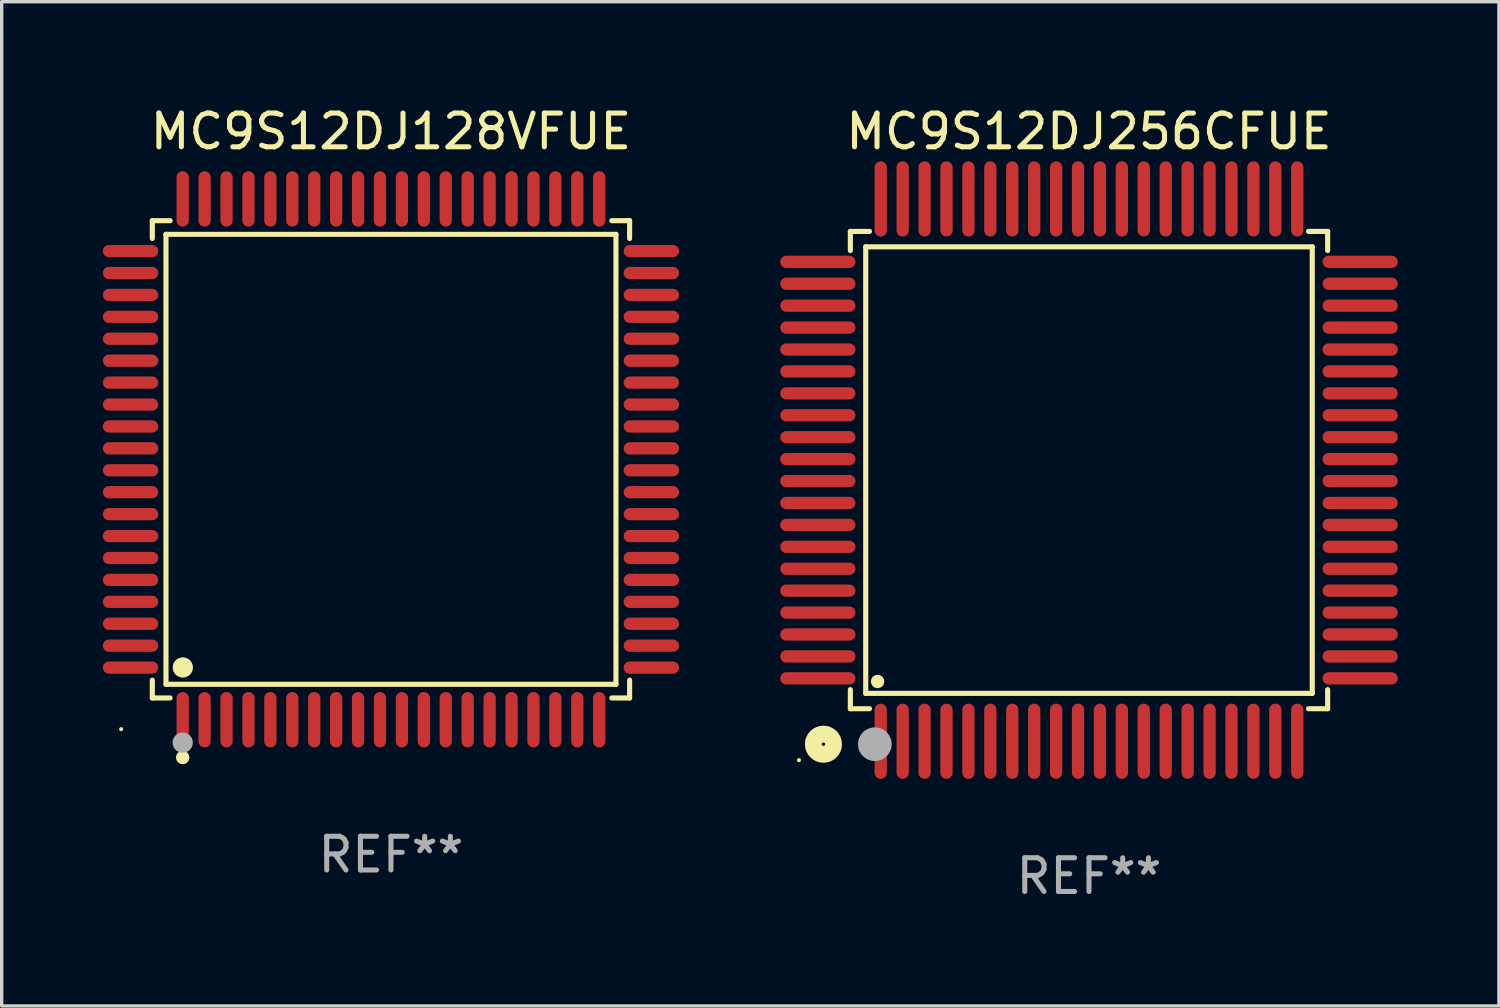
<source format=kicad_pcb>
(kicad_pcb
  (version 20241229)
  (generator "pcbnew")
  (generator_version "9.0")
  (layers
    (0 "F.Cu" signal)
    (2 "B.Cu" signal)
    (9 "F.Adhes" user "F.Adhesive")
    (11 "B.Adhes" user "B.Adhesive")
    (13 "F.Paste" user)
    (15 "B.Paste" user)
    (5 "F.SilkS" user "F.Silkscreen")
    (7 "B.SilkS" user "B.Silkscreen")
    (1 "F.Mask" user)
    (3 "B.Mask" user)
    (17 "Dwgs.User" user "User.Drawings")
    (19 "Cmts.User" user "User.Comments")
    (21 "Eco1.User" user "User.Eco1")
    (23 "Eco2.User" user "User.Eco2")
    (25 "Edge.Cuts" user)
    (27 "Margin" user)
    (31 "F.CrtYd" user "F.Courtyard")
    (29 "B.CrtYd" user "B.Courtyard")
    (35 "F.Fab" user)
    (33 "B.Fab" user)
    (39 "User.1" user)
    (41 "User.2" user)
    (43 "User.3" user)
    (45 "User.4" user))
  (footprint "MC9S12DJ256CFUE"
    (layer "F.Cu")
    (at 29.239 10.888)
    (property "Reference" "MC9S12DJ256CFUE" (at 0 -10.04 0) (layer "F.SilkS") (effects (font (size 1 1) (thickness 0.15))))
    (attr through_hole)
    (fp_line (start -7.076 -7.076) (end -7.076 -6.509) (stroke (width 0.152) (type solid)) (layer "F.SilkS"))
    (fp_line (start -7.076 7.076) (end -7.076 6.509) (stroke (width 0.152) (type solid)) (layer "F.SilkS"))
    (fp_line (start -6.62 -6.62) (end 6.62 -6.62) (stroke (width 0.152) (type solid)) (layer "F.SilkS"))
    (fp_line (start -6.62 6.62) (end -6.62 -6.62) (stroke (width 0.152) (type solid)) (layer "F.SilkS"))
    (fp_line (start -6.509 -7.076) (end -7.076 -7.076) (stroke (width 0.152) (type solid)) (layer "F.SilkS"))
    (fp_line (start -6.509 7.076) (end -7.076 7.076) (stroke (width 0.152) (type solid)) (layer "F.SilkS"))
    (fp_line (start 6.509 -7.076) (end 7.076 -7.076) (stroke (width 0.152) (type solid)) (layer "F.SilkS"))
    (fp_line (start 6.509 7.076) (end 7.076 7.076) (stroke (width 0.152) (type solid)) (layer "F.SilkS"))
    (fp_line (start 6.62 -6.62) (end 6.62 6.62) (stroke (width 0.152) (type solid)) (layer "F.SilkS"))
    (fp_line (start 6.62 6.62) (end -6.62 6.62) (stroke (width 0.152) (type solid)) (layer "F.SilkS"))
    (fp_line (start 7.076 -7.076) (end 7.076 -6.509) (stroke (width 0.152) (type solid)) (layer "F.SilkS"))
    (fp_line (start 7.076 7.076) (end 7.076 6.509) (stroke (width 0.152) (type solid)) (layer "F.SilkS"))
    (fp_circle (center -8.6 8.6) (end -8.57 8.6) (stroke (width 0.06) (type solid)) (fill no) (layer "F.SilkS"))
    (fp_circle (center -7.874 8.128) (end -7.574 8.128) (stroke (width 0.5) (type solid)) (fill no) (layer "F.SilkS"))
    (fp_circle (center -6.268 6.268) (end -6.168 6.268) (stroke (width 0.2) (type solid)) (fill no) (layer "F.SilkS"))
    (fp_circle (center -6.35 8.128) (end -6.1 8.128) (stroke (width 0.5) (type solid)) (fill no) (layer "F.Fab"))
    (fp_text user "REF**" (at 0 12.04 0) (layer "F.Fab") (effects (font (size 1 1) (thickness 0.15))))
    (pad "1" smd oval (at -6.175 8.04) (size 0.364 2.23) (layers "F.Cu" "F.Mask" "F.Paste"))
    (pad "2" smd oval (at -5.525 8.04) (size 0.364 2.23) (layers "F.Cu" "F.Mask" "F.Paste"))
    (pad "3" smd oval (at -4.875 8.04) (size 0.364 2.23) (layers "F.Cu" "F.Mask" "F.Paste"))
    (pad "4" smd oval (at -4.225 8.04) (size 0.364 2.23) (layers "F.Cu" "F.Mask" "F.Paste"))
    (pad "5" smd oval (at -3.575 8.04) (size 0.364 2.23) (layers "F.Cu" "F.Mask" "F.Paste"))
    (pad "6" smd oval (at -2.925 8.04) (size 0.364 2.23) (layers "F.Cu" "F.Mask" "F.Paste"))
    (pad "7" smd oval (at -2.275 8.04) (size 0.364 2.23) (layers "F.Cu" "F.Mask" "F.Paste"))
    (pad "8" smd oval (at -1.625 8.04) (size 0.364 2.23) (layers "F.Cu" "F.Mask" "F.Paste"))
    (pad "9" smd oval (at -0.975 8.04) (size 0.364 2.23) (layers "F.Cu" "F.Mask" "F.Paste"))
    (pad "10" smd oval (at -0.325 8.04) (size 0.364 2.23) (layers "F.Cu" "F.Mask" "F.Paste"))
    (pad "11" smd oval (at 0.325 8.04) (size 0.364 2.23) (layers "F.Cu" "F.Mask" "F.Paste"))
    (pad "12" smd oval (at 0.975 8.04) (size 0.364 2.23) (layers "F.Cu" "F.Mask" "F.Paste"))
    (pad "13" smd oval (at 1.625 8.04) (size 0.364 2.23) (layers "F.Cu" "F.Mask" "F.Paste"))
    (pad "14" smd oval (at 2.275 8.04) (size 0.364 2.23) (layers "F.Cu" "F.Mask" "F.Paste"))
    (pad "15" smd oval (at 2.925 8.04) (size 0.364 2.23) (layers "F.Cu" "F.Mask" "F.Paste"))
    (pad "16" smd oval (at 3.575 8.04) (size 0.364 2.23) (layers "F.Cu" "F.Mask" "F.Paste"))
    (pad "17" smd oval (at 4.225 8.04) (size 0.364 2.23) (layers "F.Cu" "F.Mask" "F.Paste"))
    (pad "18" smd oval (at 4.875 8.04) (size 0.364 2.23) (layers "F.Cu" "F.Mask" "F.Paste"))
    (pad "19" smd oval (at 5.525 8.04) (size 0.364 2.23) (layers "F.Cu" "F.Mask" "F.Paste"))
    (pad "20" smd oval (at 6.175 8.04) (size 0.364 2.23) (layers "F.Cu" "F.Mask" "F.Paste"))
    (pad "21" smd oval (at 8.04 6.175) (size 2.23 0.364) (layers "F.Cu" "F.Mask" "F.Paste"))
    (pad "22" smd oval (at 8.04 5.525) (size 2.23 0.364) (layers "F.Cu" "F.Mask" "F.Paste"))
    (pad "23" smd oval (at 8.04 4.875) (size 2.23 0.364) (layers "F.Cu" "F.Mask" "F.Paste"))
    (pad "24" smd oval (at 8.04 4.225) (size 2.23 0.364) (layers "F.Cu" "F.Mask" "F.Paste"))
    (pad "25" smd oval (at 8.04 3.575) (size 2.23 0.364) (layers "F.Cu" "F.Mask" "F.Paste"))
    (pad "26" smd oval (at 8.04 2.925) (size 2.23 0.364) (layers "F.Cu" "F.Mask" "F.Paste"))
    (pad "27" smd oval (at 8.04 2.275) (size 2.23 0.364) (layers "F.Cu" "F.Mask" "F.Paste"))
    (pad "28" smd oval (at 8.04 1.625) (size 2.23 0.364) (layers "F.Cu" "F.Mask" "F.Paste"))
    (pad "29" smd oval (at 8.04 0.975) (size 2.23 0.364) (layers "F.Cu" "F.Mask" "F.Paste"))
    (pad "30" smd oval (at 8.04 0.325) (size 2.23 0.364) (layers "F.Cu" "F.Mask" "F.Paste"))
    (pad "31" smd oval (at 8.04 -0.325) (size 2.23 0.364) (layers "F.Cu" "F.Mask" "F.Paste"))
    (pad "32" smd oval (at 8.04 -0.975) (size 2.23 0.364) (layers "F.Cu" "F.Mask" "F.Paste"))
    (pad "33" smd oval (at 8.04 -1.625) (size 2.23 0.364) (layers "F.Cu" "F.Mask" "F.Paste"))
    (pad "34" smd oval (at 8.04 -2.275) (size 2.23 0.364) (layers "F.Cu" "F.Mask" "F.Paste"))
    (pad "35" smd oval (at 8.04 -2.925) (size 2.23 0.364) (layers "F.Cu" "F.Mask" "F.Paste"))
    (pad "36" smd oval (at 8.04 -3.575) (size 2.23 0.364) (layers "F.Cu" "F.Mask" "F.Paste"))
    (pad "37" smd oval (at 8.04 -4.225) (size 2.23 0.364) (layers "F.Cu" "F.Mask" "F.Paste"))
    (pad "38" smd oval (at 8.04 -4.875) (size 2.23 0.364) (layers "F.Cu" "F.Mask" "F.Paste"))
    (pad "39" smd oval (at 8.04 -5.525) (size 2.23 0.364) (layers "F.Cu" "F.Mask" "F.Paste"))
    (pad "40" smd oval (at 8.04 -6.175) (size 2.23 0.364) (layers "F.Cu" "F.Mask" "F.Paste"))
    (pad "41" smd oval (at 6.175 -8.04) (size 0.364 2.23) (layers "F.Cu" "F.Mask" "F.Paste"))
    (pad "42" smd oval (at 5.525 -8.04) (size 0.364 2.23) (layers "F.Cu" "F.Mask" "F.Paste"))
    (pad "43" smd oval (at 4.875 -8.04) (size 0.364 2.23) (layers "F.Cu" "F.Mask" "F.Paste"))
    (pad "44" smd oval (at 4.225 -8.04) (size 0.364 2.23) (layers "F.Cu" "F.Mask" "F.Paste"))
    (pad "45" smd oval (at 3.575 -8.04) (size 0.364 2.23) (layers "F.Cu" "F.Mask" "F.Paste"))
    (pad "46" smd oval (at 2.925 -8.04) (size 0.364 2.23) (layers "F.Cu" "F.Mask" "F.Paste"))
    (pad "47" smd oval (at 2.275 -8.04) (size 0.364 2.23) (layers "F.Cu" "F.Mask" "F.Paste"))
    (pad "48" smd oval (at 1.625 -8.04) (size 0.364 2.23) (layers "F.Cu" "F.Mask" "F.Paste"))
    (pad "49" smd oval (at 0.975 -8.04) (size 0.364 2.23) (layers "F.Cu" "F.Mask" "F.Paste"))
    (pad "50" smd oval (at 0.325 -8.04) (size 0.364 2.23) (layers "F.Cu" "F.Mask" "F.Paste"))
    (pad "51" smd oval (at -0.325 -8.04) (size 0.364 2.23) (layers "F.Cu" "F.Mask" "F.Paste"))
    (pad "52" smd oval (at -0.975 -8.04) (size 0.364 2.23) (layers "F.Cu" "F.Mask" "F.Paste"))
    (pad "53" smd oval (at -1.625 -8.04) (size 0.364 2.23) (layers "F.Cu" "F.Mask" "F.Paste"))
    (pad "54" smd oval (at -2.275 -8.04) (size 0.364 2.23) (layers "F.Cu" "F.Mask" "F.Paste"))
    (pad "55" smd oval (at -2.925 -8.04) (size 0.364 2.23) (layers "F.Cu" "F.Mask" "F.Paste"))
    (pad "56" smd oval (at -3.575 -8.04) (size 0.364 2.23) (layers "F.Cu" "F.Mask" "F.Paste"))
    (pad "57" smd oval (at -4.225 -8.04) (size 0.364 2.23) (layers "F.Cu" "F.Mask" "F.Paste"))
    (pad "58" smd oval (at -4.875 -8.04) (size 0.364 2.23) (layers "F.Cu" "F.Mask" "F.Paste"))
    (pad "59" smd oval (at -5.525 -8.04) (size 0.364 2.23) (layers "F.Cu" "F.Mask" "F.Paste"))
    (pad "60" smd oval (at -6.175 -8.04) (size 0.364 2.23) (layers "F.Cu" "F.Mask" "F.Paste"))
    (pad "61" smd oval (at -8.04 -6.175) (size 2.23 0.364) (layers "F.Cu" "F.Mask" "F.Paste"))
    (pad "62" smd oval (at -8.04 -5.525) (size 2.23 0.364) (layers "F.Cu" "F.Mask" "F.Paste"))
    (pad "63" smd oval (at -8.04 -4.875) (size 2.23 0.364) (layers "F.Cu" "F.Mask" "F.Paste"))
    (pad "64" smd oval (at -8.04 -4.225) (size 2.23 0.364) (layers "F.Cu" "F.Mask" "F.Paste"))
    (pad "65" smd oval (at -8.04 -3.575) (size 2.23 0.364) (layers "F.Cu" "F.Mask" "F.Paste"))
    (pad "66" smd oval (at -8.04 -2.925) (size 2.23 0.364) (layers "F.Cu" "F.Mask" "F.Paste"))
    (pad "67" smd oval (at -8.04 -2.275) (size 2.23 0.364) (layers "F.Cu" "F.Mask" "F.Paste"))
    (pad "68" smd oval (at -8.04 -1.625) (size 2.23 0.364) (layers "F.Cu" "F.Mask" "F.Paste"))
    (pad "69" smd oval (at -8.04 -0.975) (size 2.23 0.364) (layers "F.Cu" "F.Mask" "F.Paste"))
    (pad "70" smd oval (at -8.04 -0.325) (size 2.23 0.364) (layers "F.Cu" "F.Mask" "F.Paste"))
    (pad "71" smd oval (at -8.04 0.325) (size 2.23 0.364) (layers "F.Cu" "F.Mask" "F.Paste"))
    (pad "72" smd oval (at -8.04 0.975) (size 2.23 0.364) (layers "F.Cu" "F.Mask" "F.Paste"))
    (pad "73" smd oval (at -8.04 1.625) (size 2.23 0.364) (layers "F.Cu" "F.Mask" "F.Paste"))
    (pad "74" smd oval (at -8.04 2.275) (size 2.23 0.364) (layers "F.Cu" "F.Mask" "F.Paste"))
    (pad "75" smd oval (at -8.04 2.925) (size 2.23 0.364) (layers "F.Cu" "F.Mask" "F.Paste"))
    (pad "76" smd oval (at -8.04 3.575) (size 2.23 0.364) (layers "F.Cu" "F.Mask" "F.Paste"))
    (pad "77" smd oval (at -8.04 4.225) (size 2.23 0.364) (layers "F.Cu" "F.Mask" "F.Paste"))
    (pad "78" smd oval (at -8.04 4.875) (size 2.23 0.364) (layers "F.Cu" "F.Mask" "F.Paste"))
    (pad "79" smd oval (at -8.04 5.525) (size 2.23 0.364) (layers "F.Cu" "F.Mask" "F.Paste"))
    (pad "80" smd oval (at -8.04 6.175) (size 2.23 0.364) (layers "F.Cu" "F.Mask" "F.Paste")))
  (footprint "MC9S12DJ128VFUE"
    (layer "F.Cu")
    (at 8.542 10.569)
    (property "Reference" "MC9S12DJ128VFUE" (at 0 -9.721 0) (layer "F.SilkS") (effects (font (size 1 1) (thickness 0.15))))
    (attr through_hole)
    (fp_line (start -7.076 -7.076) (end -6.548 -7.076) (stroke (width 0.152) (type solid)) (layer "F.SilkS"))
    (fp_line (start -7.076 -6.548) (end -7.076 -7.076) (stroke (width 0.152) (type solid)) (layer "F.SilkS"))
    (fp_line (start -7.076 6.548) (end -7.076 7.076) (stroke (width 0.152) (type solid)) (layer "F.SilkS"))
    (fp_line (start -7.076 7.076) (end -6.548 7.076) (stroke (width 0.152) (type solid)) (layer "F.SilkS"))
    (fp_line (start -6.671 -6.671) (end 6.671 -6.671) (stroke (width 0.152) (type solid)) (layer "F.SilkS"))
    (fp_line (start -6.671 6.671) (end -6.671 -6.671) (stroke (width 0.152) (type solid)) (layer "F.SilkS"))
    (fp_line (start 6.671 -6.671) (end 6.671 6.671) (stroke (width 0.152) (type solid)) (layer "F.SilkS"))
    (fp_line (start 6.671 6.671) (end -6.671 6.671) (stroke (width 0.152) (type solid)) (layer "F.SilkS"))
    (fp_line (start 7.076 -7.076) (end 6.548 -7.076) (stroke (width 0.152) (type solid)) (layer "F.SilkS"))
    (fp_line (start 7.076 -6.548) (end 7.076 -7.076) (stroke (width 0.152) (type solid)) (layer "F.SilkS"))
    (fp_line (start 7.076 6.548) (end 7.076 7.076) (stroke (width 0.152) (type solid)) (layer "F.SilkS"))
    (fp_line (start 7.076 7.076) (end 6.548 7.076) (stroke (width 0.152) (type solid)) (layer "F.SilkS"))
    (fp_circle (center -8 8) (end -7.97 8) (stroke (width 0.06) (type solid)) (fill no) (layer "F.SilkS"))
    (fp_circle (center -6.175 8.842) (end -6.075 8.842) (stroke (width 0.2) (type solid)) (fill no) (layer "F.SilkS"))
    (fp_circle (center -6.171 6.171) (end -6.021 6.171) (stroke (width 0.3) (type solid)) (fill no) (layer "F.SilkS"))
    (fp_circle (center -6.175 8.4) (end -6.025 8.4) (stroke (width 0.3) (type solid)) (fill no) (layer "F.Fab"))
    (fp_text user "REF**" (at 0 11.721 0) (layer "F.Fab") (effects (font (size 1 1) (thickness 0.15))))
    (pad "1" smd oval (at -6.175 7.721) (size 0.364 1.642) (layers "F.Cu" "F.Mask" "F.Paste"))
    (pad "2" smd oval (at -5.525 7.721) (size 0.364 1.642) (layers "F.Cu" "F.Mask" "F.Paste"))
    (pad "3" smd oval (at -4.875 7.721) (size 0.364 1.642) (layers "F.Cu" "F.Mask" "F.Paste"))
    (pad "4" smd oval (at -4.225 7.721) (size 0.364 1.642) (layers "F.Cu" "F.Mask" "F.Paste"))
    (pad "5" smd oval (at -3.575 7.721) (size 0.364 1.642) (layers "F.Cu" "F.Mask" "F.Paste"))
    (pad "6" smd oval (at -2.925 7.721) (size 0.364 1.642) (layers "F.Cu" "F.Mask" "F.Paste"))
    (pad "7" smd oval (at -2.275 7.721) (size 0.364 1.642) (layers "F.Cu" "F.Mask" "F.Paste"))
    (pad "8" smd oval (at -1.625 7.721) (size 0.364 1.642) (layers "F.Cu" "F.Mask" "F.Paste"))
    (pad "9" smd oval (at -0.975 7.721) (size 0.364 1.642) (layers "F.Cu" "F.Mask" "F.Paste"))
    (pad "10" smd oval (at -0.325 7.721) (size 0.364 1.642) (layers "F.Cu" "F.Mask" "F.Paste"))
    (pad "11" smd oval (at 0.325 7.721) (size 0.364 1.642) (layers "F.Cu" "F.Mask" "F.Paste"))
    (pad "12" smd oval (at 0.975 7.721) (size 0.364 1.642) (layers "F.Cu" "F.Mask" "F.Paste"))
    (pad "13" smd oval (at 1.625 7.721) (size 0.364 1.642) (layers "F.Cu" "F.Mask" "F.Paste"))
    (pad "14" smd oval (at 2.275 7.721) (size 0.364 1.642) (layers "F.Cu" "F.Mask" "F.Paste"))
    (pad "15" smd oval (at 2.925 7.721) (size 0.364 1.642) (layers "F.Cu" "F.Mask" "F.Paste"))
    (pad "16" smd oval (at 3.575 7.721) (size 0.364 1.642) (layers "F.Cu" "F.Mask" "F.Paste"))
    (pad "17" smd oval (at 4.225 7.721) (size 0.364 1.642) (layers "F.Cu" "F.Mask" "F.Paste"))
    (pad "18" smd oval (at 4.875 7.721) (size 0.364 1.642) (layers "F.Cu" "F.Mask" "F.Paste"))
    (pad "19" smd oval (at 5.525 7.721) (size 0.364 1.642) (layers "F.Cu" "F.Mask" "F.Paste"))
    (pad "20" smd oval (at 6.175 7.721) (size 0.364 1.642) (layers "F.Cu" "F.Mask" "F.Paste"))
    (pad "21" smd oval (at 7.721 6.175) (size 1.642 0.364) (layers "F.Cu" "F.Mask" "F.Paste"))
    (pad "22" smd oval (at 7.721 5.525) (size 1.642 0.364) (layers "F.Cu" "F.Mask" "F.Paste"))
    (pad "23" smd oval (at 7.721 4.875) (size 1.642 0.364) (layers "F.Cu" "F.Mask" "F.Paste"))
    (pad "24" smd oval (at 7.721 4.225) (size 1.642 0.364) (layers "F.Cu" "F.Mask" "F.Paste"))
    (pad "25" smd oval (at 7.721 3.575) (size 1.642 0.364) (layers "F.Cu" "F.Mask" "F.Paste"))
    (pad "26" smd oval (at 7.721 2.925) (size 1.642 0.364) (layers "F.Cu" "F.Mask" "F.Paste"))
    (pad "27" smd oval (at 7.721 2.275) (size 1.642 0.364) (layers "F.Cu" "F.Mask" "F.Paste"))
    (pad "28" smd oval (at 7.721 1.625) (size 1.642 0.364) (layers "F.Cu" "F.Mask" "F.Paste"))
    (pad "29" smd oval (at 7.721 0.975) (size 1.642 0.364) (layers "F.Cu" "F.Mask" "F.Paste"))
    (pad "30" smd oval (at 7.721 0.325) (size 1.642 0.364) (layers "F.Cu" "F.Mask" "F.Paste"))
    (pad "31" smd oval (at 7.721 -0.325) (size 1.642 0.364) (layers "F.Cu" "F.Mask" "F.Paste"))
    (pad "32" smd oval (at 7.721 -0.975) (size 1.642 0.364) (layers "F.Cu" "F.Mask" "F.Paste"))
    (pad "33" smd oval (at 7.721 -1.625) (size 1.642 0.364) (layers "F.Cu" "F.Mask" "F.Paste"))
    (pad "34" smd oval (at 7.721 -2.275) (size 1.642 0.364) (layers "F.Cu" "F.Mask" "F.Paste"))
    (pad "35" smd oval (at 7.721 -2.925) (size 1.642 0.364) (layers "F.Cu" "F.Mask" "F.Paste"))
    (pad "36" smd oval (at 7.721 -3.575) (size 1.642 0.364) (layers "F.Cu" "F.Mask" "F.Paste"))
    (pad "37" smd oval (at 7.721 -4.225) (size 1.642 0.364) (layers "F.Cu" "F.Mask" "F.Paste"))
    (pad "38" smd oval (at 7.721 -4.875) (size 1.642 0.364) (layers "F.Cu" "F.Mask" "F.Paste"))
    (pad "39" smd oval (at 7.721 -5.525) (size 1.642 0.364) (layers "F.Cu" "F.Mask" "F.Paste"))
    (pad "40" smd oval (at 7.721 -6.175) (size 1.642 0.364) (layers "F.Cu" "F.Mask" "F.Paste"))
    (pad "41" smd oval (at 6.175 -7.721) (size 0.364 1.642) (layers "F.Cu" "F.Mask" "F.Paste"))
    (pad "42" smd oval (at 5.525 -7.721) (size 0.364 1.642) (layers "F.Cu" "F.Mask" "F.Paste"))
    (pad "43" smd oval (at 4.875 -7.721) (size 0.364 1.642) (layers "F.Cu" "F.Mask" "F.Paste"))
    (pad "44" smd oval (at 4.225 -7.721) (size 0.364 1.642) (layers "F.Cu" "F.Mask" "F.Paste"))
    (pad "45" smd oval (at 3.575 -7.721) (size 0.364 1.642) (layers "F.Cu" "F.Mask" "F.Paste"))
    (pad "46" smd oval (at 2.925 -7.721) (size 0.364 1.642) (layers "F.Cu" "F.Mask" "F.Paste"))
    (pad "47" smd oval (at 2.275 -7.721) (size 0.364 1.642) (layers "F.Cu" "F.Mask" "F.Paste"))
    (pad "48" smd oval (at 1.625 -7.721) (size 0.364 1.642) (layers "F.Cu" "F.Mask" "F.Paste"))
    (pad "49" smd oval (at 0.975 -7.721) (size 0.364 1.642) (layers "F.Cu" "F.Mask" "F.Paste"))
    (pad "50" smd oval (at 0.325 -7.721) (size 0.364 1.642) (layers "F.Cu" "F.Mask" "F.Paste"))
    (pad "51" smd oval (at -0.325 -7.721) (size 0.364 1.642) (layers "F.Cu" "F.Mask" "F.Paste"))
    (pad "52" smd oval (at -0.975 -7.721) (size 0.364 1.642) (layers "F.Cu" "F.Mask" "F.Paste"))
    (pad "53" smd oval (at -1.625 -7.721) (size 0.364 1.642) (layers "F.Cu" "F.Mask" "F.Paste"))
    (pad "54" smd oval (at -2.275 -7.721) (size 0.364 1.642) (layers "F.Cu" "F.Mask" "F.Paste"))
    (pad "55" smd oval (at -2.925 -7.721) (size 0.364 1.642) (layers "F.Cu" "F.Mask" "F.Paste"))
    (pad "56" smd oval (at -3.575 -7.721) (size 0.364 1.642) (layers "F.Cu" "F.Mask" "F.Paste"))
    (pad "57" smd oval (at -4.225 -7.721) (size 0.364 1.642) (layers "F.Cu" "F.Mask" "F.Paste"))
    (pad "58" smd oval (at -4.875 -7.721) (size 0.364 1.642) (layers "F.Cu" "F.Mask" "F.Paste"))
    (pad "59" smd oval (at -5.525 -7.721) (size 0.364 1.642) (layers "F.Cu" "F.Mask" "F.Paste"))
    (pad "60" smd oval (at -6.175 -7.721) (size 0.364 1.642) (layers "F.Cu" "F.Mask" "F.Paste"))
    (pad "61" smd oval (at -7.721 -6.175) (size 1.642 0.364) (layers "F.Cu" "F.Mask" "F.Paste"))
    (pad "62" smd oval (at -7.721 -5.525) (size 1.642 0.364) (layers "F.Cu" "F.Mask" "F.Paste"))
    (pad "63" smd oval (at -7.721 -4.875) (size 1.642 0.364) (layers "F.Cu" "F.Mask" "F.Paste"))
    (pad "64" smd oval (at -7.721 -4.225) (size 1.642 0.364) (layers "F.Cu" "F.Mask" "F.Paste"))
    (pad "65" smd oval (at -7.721 -3.575) (size 1.642 0.364) (layers "F.Cu" "F.Mask" "F.Paste"))
    (pad "66" smd oval (at -7.721 -2.925) (size 1.642 0.364) (layers "F.Cu" "F.Mask" "F.Paste"))
    (pad "67" smd oval (at -7.721 -2.275) (size 1.642 0.364) (layers "F.Cu" "F.Mask" "F.Paste"))
    (pad "68" smd oval (at -7.721 -1.625) (size 1.642 0.364) (layers "F.Cu" "F.Mask" "F.Paste"))
    (pad "69" smd oval (at -7.721 -0.975) (size 1.642 0.364) (layers "F.Cu" "F.Mask" "F.Paste"))
    (pad "70" smd oval (at -7.721 -0.325) (size 1.642 0.364) (layers "F.Cu" "F.Mask" "F.Paste"))
    (pad "71" smd oval (at -7.721 0.325) (size 1.642 0.364) (layers "F.Cu" "F.Mask" "F.Paste"))
    (pad "72" smd oval (at -7.721 0.975) (size 1.642 0.364) (layers "F.Cu" "F.Mask" "F.Paste"))
    (pad "73" smd oval (at -7.721 1.625) (size 1.642 0.364) (layers "F.Cu" "F.Mask" "F.Paste"))
    (pad "74" smd oval (at -7.721 2.275) (size 1.642 0.364) (layers "F.Cu" "F.Mask" "F.Paste"))
    (pad "75" smd oval (at -7.721 2.925) (size 1.642 0.364) (layers "F.Cu" "F.Mask" "F.Paste"))
    (pad "76" smd oval (at -7.721 3.575) (size 1.642 0.364) (layers "F.Cu" "F.Mask" "F.Paste"))
    (pad "77" smd oval (at -7.721 4.225) (size 1.642 0.364) (layers "F.Cu" "F.Mask" "F.Paste"))
    (pad "78" smd oval (at -7.721 4.875) (size 1.642 0.364) (layers "F.Cu" "F.Mask" "F.Paste"))
    (pad "79" smd oval (at -7.721 5.525) (size 1.642 0.364) (layers "F.Cu" "F.Mask" "F.Paste"))
    (pad "80" smd oval (at -7.721 6.175) (size 1.642 0.364) (layers "F.Cu" "F.Mask" "F.Paste")))
  (gr_rect
    (start -3 -3)
    (end 41.394 26.776)
    (stroke (width 0.1) (type default))
    (fill no)
    (layer "Edge.Cuts")))
</source>
